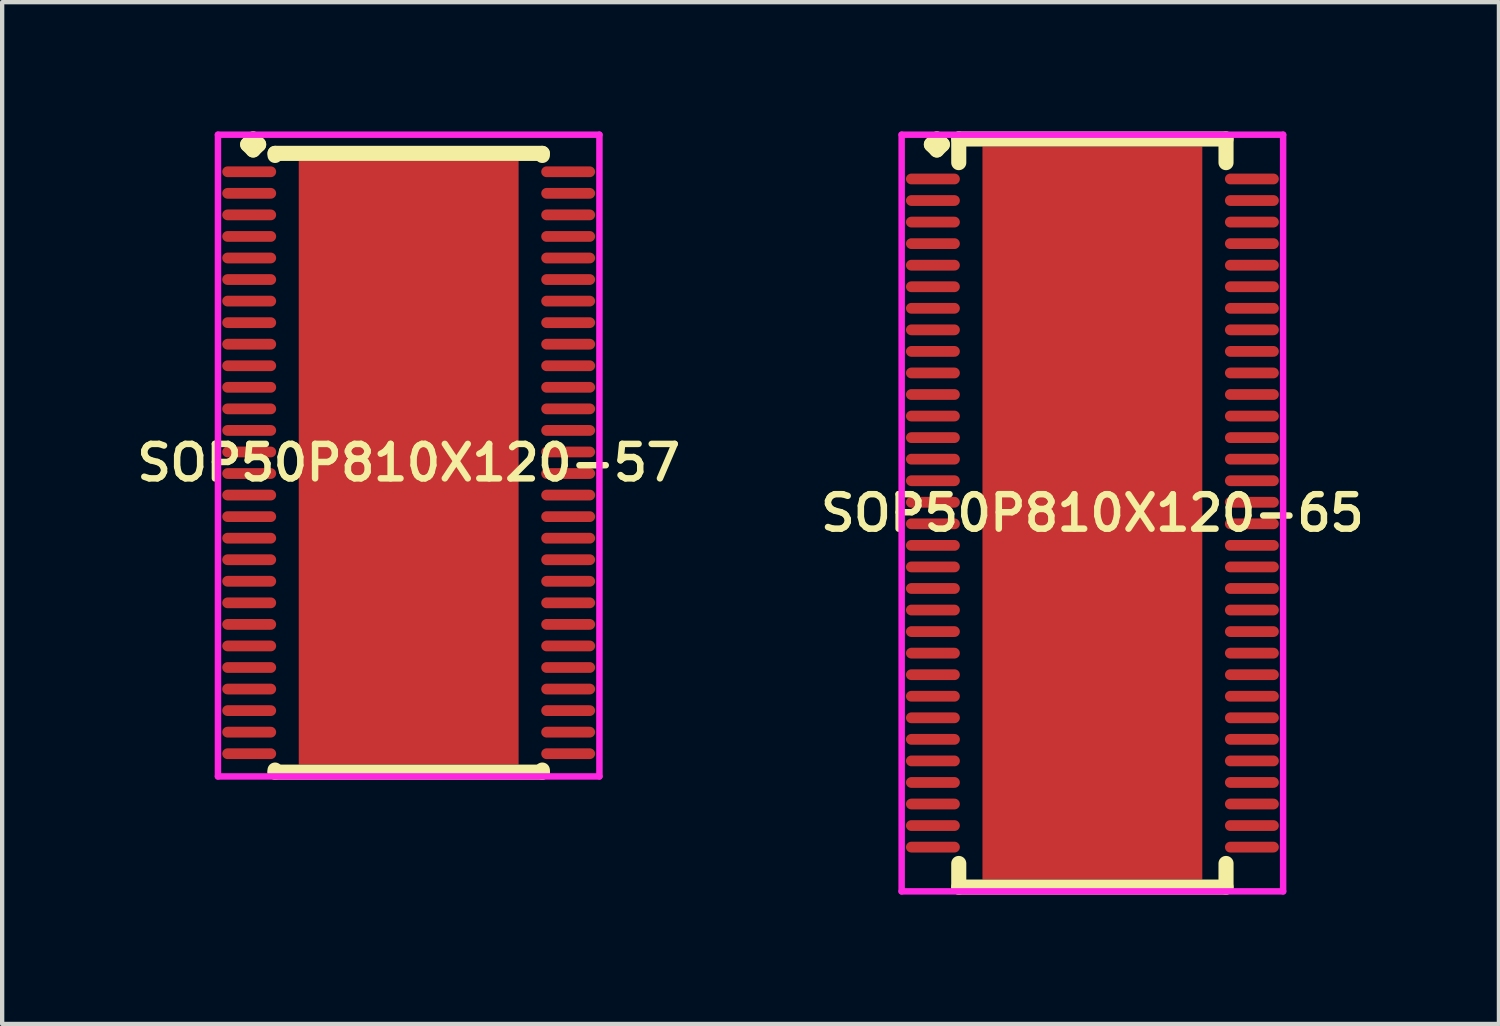
<source format=kicad_pcb>
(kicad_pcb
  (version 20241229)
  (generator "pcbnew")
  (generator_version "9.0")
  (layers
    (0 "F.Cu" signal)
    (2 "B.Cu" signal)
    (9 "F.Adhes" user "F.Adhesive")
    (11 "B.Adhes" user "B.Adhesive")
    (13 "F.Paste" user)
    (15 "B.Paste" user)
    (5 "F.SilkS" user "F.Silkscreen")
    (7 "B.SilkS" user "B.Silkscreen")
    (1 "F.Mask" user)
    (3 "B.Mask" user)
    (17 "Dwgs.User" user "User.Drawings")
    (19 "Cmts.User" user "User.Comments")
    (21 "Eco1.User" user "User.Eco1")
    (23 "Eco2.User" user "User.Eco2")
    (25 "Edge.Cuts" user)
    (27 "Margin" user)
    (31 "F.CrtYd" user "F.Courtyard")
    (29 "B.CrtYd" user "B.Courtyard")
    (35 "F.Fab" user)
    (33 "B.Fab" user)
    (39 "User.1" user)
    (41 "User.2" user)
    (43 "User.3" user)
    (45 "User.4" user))
  (footprint "SOP50P810X120-57"
    (layer "F.Cu")
    (at 6.431 7.685)
    (property "Reference" "SOP50P810X120-57" (at 0 0 0) (layer "F.SilkS") (effects (font (size 0.8 0.8) (thickness 0.15))))
    (attr smd)
    (fp_line (start -3.735 -7.383) (end -3.608 -7.51) (stroke (width 0.35) (type solid)) (layer "F.SilkS"))
    (fp_line (start -3.608 -7.51) (end -3.481 -7.383) (stroke (width 0.35) (type solid)) (layer "F.SilkS"))
    (fp_line (start -3.608 -7.256) (end -3.735 -7.383) (stroke (width 0.35) (type solid)) (layer "F.SilkS"))
    (fp_line (start -3.481 -7.383) (end -3.608 -7.256) (stroke (width 0.35) (type solid)) (layer "F.SilkS"))
    (fp_line (start -3.1 -7.177) (end 3.1 -7.177) (stroke (width 0.35) (type solid)) (layer "F.SilkS"))
    (fp_line (start -3.1 -7.129) (end -3.1 -7.177) (stroke (width 0.35) (type solid)) (layer "F.SilkS"))
    (fp_line (start -3.1 7.129) (end -3.1 7.177) (stroke (width 0.35) (type solid)) (layer "F.SilkS"))
    (fp_line (start -3.1 7.177) (end 3.1 7.177) (stroke (width 0.35) (type solid)) (layer "F.SilkS"))
    (fp_line (start 3.1 -7.177) (end 3.1 -7.129) (stroke (width 0.35) (type solid)) (layer "F.SilkS"))
    (fp_line (start 3.1 7.177) (end 3.1 7.129) (stroke (width 0.35) (type solid)) (layer "F.SilkS"))
    (fp_line (start -4.425 -7.61) (end 4.425 -7.61) (stroke (width 0.15) (type solid)) (layer "F.CrtYd"))
    (fp_line (start -4.425 7.277) (end -4.425 -7.61) (stroke (width 0.15) (type solid)) (layer "F.CrtYd"))
    (fp_line (start 4.425 -7.61) (end 4.425 7.277) (stroke (width 0.15) (type solid)) (layer "F.CrtYd"))
    (fp_line (start 4.425 7.277) (end -4.425 7.277) (stroke (width 0.15) (type solid)) (layer "F.CrtYd"))
    (pad "1" smd oval (at -3.7 -6.75) (size 1.25 0.25) (layers "F.Cu" "F.Mask" "F.Paste"))
    (pad "2" smd oval (at -3.7 -6.25) (size 1.25 0.25) (layers "F.Cu" "F.Mask" "F.Paste"))
    (pad "3" smd oval (at -3.7 -5.75) (size 1.25 0.25) (layers "F.Cu" "F.Mask" "F.Paste"))
    (pad "4" smd oval (at -3.7 -5.25) (size 1.25 0.25) (layers "F.Cu" "F.Mask" "F.Paste"))
    (pad "5" smd oval (at -3.7 -4.75) (size 1.25 0.25) (layers "F.Cu" "F.Mask" "F.Paste"))
    (pad "6" smd oval (at -3.7 -4.25) (size 1.25 0.25) (layers "F.Cu" "F.Mask" "F.Paste"))
    (pad "7" smd oval (at -3.7 -3.75) (size 1.25 0.25) (layers "F.Cu" "F.Mask" "F.Paste"))
    (pad "8" smd oval (at -3.7 -3.25) (size 1.25 0.25) (layers "F.Cu" "F.Mask" "F.Paste"))
    (pad "9" smd oval (at -3.7 -2.75) (size 1.25 0.25) (layers "F.Cu" "F.Mask" "F.Paste"))
    (pad "10" smd oval (at -3.7 -2.25) (size 1.25 0.25) (layers "F.Cu" "F.Mask" "F.Paste"))
    (pad "11" smd oval (at -3.7 -1.75) (size 1.25 0.25) (layers "F.Cu" "F.Mask" "F.Paste"))
    (pad "12" smd oval (at -3.7 -1.25) (size 1.25 0.25) (layers "F.Cu" "F.Mask" "F.Paste"))
    (pad "13" smd oval (at -3.7 -0.75) (size 1.25 0.25) (layers "F.Cu" "F.Mask" "F.Paste"))
    (pad "14" smd oval (at -3.7 -0.25) (size 1.25 0.25) (layers "F.Cu" "F.Mask" "F.Paste"))
    (pad "15" smd oval (at -3.7 0.25) (size 1.25 0.25) (layers "F.Cu" "F.Mask" "F.Paste"))
    (pad "16" smd oval (at -3.7 0.75) (size 1.25 0.25) (layers "F.Cu" "F.Mask" "F.Paste"))
    (pad "17" smd oval (at -3.7 1.25) (size 1.25 0.25) (layers "F.Cu" "F.Mask" "F.Paste"))
    (pad "18" smd oval (at -3.7 1.75) (size 1.25 0.25) (layers "F.Cu" "F.Mask" "F.Paste"))
    (pad "19" smd oval (at -3.7 2.25) (size 1.25 0.25) (layers "F.Cu" "F.Mask" "F.Paste"))
    (pad "20" smd oval (at -3.7 2.75) (size 1.25 0.25) (layers "F.Cu" "F.Mask" "F.Paste"))
    (pad "21" smd oval (at -3.7 3.25) (size 1.25 0.25) (layers "F.Cu" "F.Mask" "F.Paste"))
    (pad "22" smd oval (at -3.7 3.75) (size 1.25 0.25) (layers "F.Cu" "F.Mask" "F.Paste"))
    (pad "23" smd oval (at -3.7 4.25) (size 1.25 0.25) (layers "F.Cu" "F.Mask" "F.Paste"))
    (pad "24" smd oval (at -3.7 4.75) (size 1.25 0.25) (layers "F.Cu" "F.Mask" "F.Paste"))
    (pad "25" smd oval (at -3.7 5.25) (size 1.25 0.25) (layers "F.Cu" "F.Mask" "F.Paste"))
    (pad "26" smd oval (at -3.7 5.75) (size 1.25 0.25) (layers "F.Cu" "F.Mask" "F.Paste"))
    (pad "27" smd oval (at -3.7 6.25) (size 1.25 0.25) (layers "F.Cu" "F.Mask" "F.Paste"))
    (pad "28" smd oval (at -3.7 6.75) (size 1.25 0.25) (layers "F.Cu" "F.Mask" "F.Paste"))
    (pad "29" smd oval (at 3.7 6.75) (size 1.25 0.25) (layers "F.Cu" "F.Mask" "F.Paste"))
    (pad "30" smd oval (at 3.7 6.25) (size 1.25 0.25) (layers "F.Cu" "F.Mask" "F.Paste"))
    (pad "31" smd oval (at 3.7 5.75) (size 1.25 0.25) (layers "F.Cu" "F.Mask" "F.Paste"))
    (pad "32" smd oval (at 3.7 5.25) (size 1.25 0.25) (layers "F.Cu" "F.Mask" "F.Paste"))
    (pad "33" smd oval (at 3.7 4.75) (size 1.25 0.25) (layers "F.Cu" "F.Mask" "F.Paste"))
    (pad "34" smd oval (at 3.7 4.25) (size 1.25 0.25) (layers "F.Cu" "F.Mask" "F.Paste"))
    (pad "35" smd oval (at 3.7 3.75) (size 1.25 0.25) (layers "F.Cu" "F.Mask" "F.Paste"))
    (pad "36" smd oval (at 3.7 3.25) (size 1.25 0.25) (layers "F.Cu" "F.Mask" "F.Paste"))
    (pad "37" smd oval (at 3.7 2.75) (size 1.25 0.25) (layers "F.Cu" "F.Mask" "F.Paste"))
    (pad "38" smd oval (at 3.7 2.25) (size 1.25 0.25) (layers "F.Cu" "F.Mask" "F.Paste"))
    (pad "39" smd oval (at 3.7 1.75) (size 1.25 0.25) (layers "F.Cu" "F.Mask" "F.Paste"))
    (pad "40" smd oval (at 3.7 1.25) (size 1.25 0.25) (layers "F.Cu" "F.Mask" "F.Paste"))
    (pad "41" smd oval (at 3.7 0.75) (size 1.25 0.25) (layers "F.Cu" "F.Mask" "F.Paste"))
    (pad "42" smd oval (at 3.7 0.25) (size 1.25 0.25) (layers "F.Cu" "F.Mask" "F.Paste"))
    (pad "43" smd oval (at 3.7 -0.25) (size 1.25 0.25) (layers "F.Cu" "F.Mask" "F.Paste"))
    (pad "44" smd oval (at 3.7 -0.75) (size 1.25 0.25) (layers "F.Cu" "F.Mask" "F.Paste"))
    (pad "45" smd oval (at 3.7 -1.25) (size 1.25 0.25) (layers "F.Cu" "F.Mask" "F.Paste"))
    (pad "46" smd oval (at 3.7 -1.75) (size 1.25 0.25) (layers "F.Cu" "F.Mask" "F.Paste"))
    (pad "47" smd oval (at 3.7 -2.25) (size 1.25 0.25) (layers "F.Cu" "F.Mask" "F.Paste"))
    (pad "48" smd oval (at 3.7 -2.75) (size 1.25 0.25) (layers "F.Cu" "F.Mask" "F.Paste"))
    (pad "49" smd oval (at 3.7 -3.25) (size 1.25 0.25) (layers "F.Cu" "F.Mask" "F.Paste"))
    (pad "50" smd oval (at 3.7 -3.75) (size 1.25 0.25) (layers "F.Cu" "F.Mask" "F.Paste"))
    (pad "51" smd oval (at 3.7 -4.25) (size 1.25 0.25) (layers "F.Cu" "F.Mask" "F.Paste"))
    (pad "52" smd oval (at 3.7 -4.75) (size 1.25 0.25) (layers "F.Cu" "F.Mask" "F.Paste"))
    (pad "53" smd oval (at 3.7 -5.25) (size 1.25 0.25) (layers "F.Cu" "F.Mask" "F.Paste"))
    (pad "54" smd oval (at 3.7 -5.75) (size 1.25 0.25) (layers "F.Cu" "F.Mask" "F.Paste"))
    (pad "55" smd oval (at 3.7 -6.25) (size 1.25 0.25) (layers "F.Cu" "F.Mask" "F.Paste"))
    (pad "56" smd oval (at 3.7 -6.75) (size 1.25 0.25) (layers "F.Cu" "F.Mask" "F.Paste"))
    (pad "57" smd rect (at 0 0) (size 5.1 14) (layers "F.Cu" "F.Mask" "F.Paste")))
  (footprint "SOP50P810X120-65"
    (layer "F.Cu")
    (at 22.292 8.852)
    (property "Reference" "SOP50P810X120-65" (at 0 0 0) (layer "F.SilkS") (effects (font (size 0.8 0.8) (thickness 0.15))))
    (attr through_hole)
    (fp_line (start -3.735 -8.55) (end -3.608 -8.677) (stroke (width 0.35) (type solid)) (layer "F.SilkS"))
    (fp_line (start -3.608 -8.677) (end -3.481 -8.55) (stroke (width 0.35) (type solid)) (layer "F.SilkS"))
    (fp_line (start -3.608 -8.423) (end -3.735 -8.55) (stroke (width 0.35) (type solid)) (layer "F.SilkS"))
    (fp_line (start -3.481 -8.55) (end -3.608 -8.423) (stroke (width 0.35) (type solid)) (layer "F.SilkS"))
    (fp_line (start -3.1 -8.677) (end 3.1 -8.677) (stroke (width 0.35) (type solid)) (layer "F.SilkS"))
    (fp_line (start -3.1 -8.129) (end -3.1 -8.677) (stroke (width 0.35) (type solid)) (layer "F.SilkS"))
    (fp_line (start -3.1 8.129) (end -3.1 8.677) (stroke (width 0.35) (type solid)) (layer "F.SilkS"))
    (fp_line (start -3.1 8.677) (end 3.1 8.677) (stroke (width 0.35) (type solid)) (layer "F.SilkS"))
    (fp_line (start 3.1 -8.677) (end 3.1 -8.129) (stroke (width 0.35) (type solid)) (layer "F.SilkS"))
    (fp_line (start 3.1 8.677) (end 3.1 8.129) (stroke (width 0.35) (type solid)) (layer "F.SilkS"))
    (fp_line (start -4.425 -8.777) (end 4.425 -8.777) (stroke (width 0.15) (type solid)) (layer "F.CrtYd"))
    (fp_line (start -4.425 8.777) (end -4.425 -8.777) (stroke (width 0.15) (type solid)) (layer "F.CrtYd"))
    (fp_line (start 4.425 -8.777) (end 4.425 8.777) (stroke (width 0.15) (type solid)) (layer "F.CrtYd"))
    (fp_line (start 4.425 8.777) (end -4.425 8.777) (stroke (width 0.15) (type solid)) (layer "F.CrtYd"))
    (pad "1" smd oval (at -3.7 -7.75) (size 1.25 0.25) (layers "F.Cu" "F.Mask" "F.Paste"))
    (pad "2" smd oval (at -3.7 -7.25) (size 1.25 0.25) (layers "F.Cu" "F.Mask" "F.Paste"))
    (pad "3" smd oval (at -3.7 -6.75) (size 1.25 0.25) (layers "F.Cu" "F.Mask" "F.Paste"))
    (pad "4" smd oval (at -3.7 -6.25) (size 1.25 0.25) (layers "F.Cu" "F.Mask" "F.Paste"))
    (pad "5" smd oval (at -3.7 -5.75) (size 1.25 0.25) (layers "F.Cu" "F.Mask" "F.Paste"))
    (pad "6" smd oval (at -3.7 -5.25) (size 1.25 0.25) (layers "F.Cu" "F.Mask" "F.Paste"))
    (pad "7" smd oval (at -3.7 -4.75) (size 1.25 0.25) (layers "F.Cu" "F.Mask" "F.Paste"))
    (pad "8" smd oval (at -3.7 -4.25) (size 1.25 0.25) (layers "F.Cu" "F.Mask" "F.Paste"))
    (pad "9" smd oval (at -3.7 -3.75) (size 1.25 0.25) (layers "F.Cu" "F.Mask" "F.Paste"))
    (pad "10" smd oval (at -3.7 -3.25) (size 1.25 0.25) (layers "F.Cu" "F.Mask" "F.Paste"))
    (pad "11" smd oval (at -3.7 -2.75) (size 1.25 0.25) (layers "F.Cu" "F.Mask" "F.Paste"))
    (pad "12" smd oval (at -3.7 -2.25) (size 1.25 0.25) (layers "F.Cu" "F.Mask" "F.Paste"))
    (pad "13" smd oval (at -3.7 -1.75) (size 1.25 0.25) (layers "F.Cu" "F.Mask" "F.Paste"))
    (pad "14" smd oval (at -3.7 -1.25) (size 1.25 0.25) (layers "F.Cu" "F.Mask" "F.Paste"))
    (pad "15" smd oval (at -3.7 -0.75) (size 1.25 0.25) (layers "F.Cu" "F.Mask" "F.Paste"))
    (pad "16" smd oval (at -3.7 -0.25) (size 1.25 0.25) (layers "F.Cu" "F.Mask" "F.Paste"))
    (pad "17" smd oval (at -3.7 0.25) (size 1.25 0.25) (layers "F.Cu" "F.Mask" "F.Paste"))
    (pad "18" smd oval (at -3.7 0.75) (size 1.25 0.25) (layers "F.Cu" "F.Mask" "F.Paste"))
    (pad "19" smd oval (at -3.7 1.25) (size 1.25 0.25) (layers "F.Cu" "F.Mask" "F.Paste"))
    (pad "20" smd oval (at -3.7 1.75) (size 1.25 0.25) (layers "F.Cu" "F.Mask" "F.Paste"))
    (pad "21" smd oval (at -3.7 2.25) (size 1.25 0.25) (layers "F.Cu" "F.Mask" "F.Paste"))
    (pad "22" smd oval (at -3.7 2.75) (size 1.25 0.25) (layers "F.Cu" "F.Mask" "F.Paste"))
    (pad "23" smd oval (at -3.7 3.25) (size 1.25 0.25) (layers "F.Cu" "F.Mask" "F.Paste"))
    (pad "24" smd oval (at -3.7 3.75) (size 1.25 0.25) (layers "F.Cu" "F.Mask" "F.Paste"))
    (pad "25" smd oval (at -3.7 4.25) (size 1.25 0.25) (layers "F.Cu" "F.Mask" "F.Paste"))
    (pad "26" smd oval (at -3.7 4.75) (size 1.25 0.25) (layers "F.Cu" "F.Mask" "F.Paste"))
    (pad "27" smd oval (at -3.7 5.25) (size 1.25 0.25) (layers "F.Cu" "F.Mask" "F.Paste"))
    (pad "28" smd oval (at -3.7 5.75) (size 1.25 0.25) (layers "F.Cu" "F.Mask" "F.Paste"))
    (pad "29" smd oval (at -3.7 6.25) (size 1.25 0.25) (layers "F.Cu" "F.Mask" "F.Paste"))
    (pad "30" smd oval (at -3.7 6.75) (size 1.25 0.25) (layers "F.Cu" "F.Mask" "F.Paste"))
    (pad "31" smd oval (at -3.7 7.25) (size 1.25 0.25) (layers "F.Cu" "F.Mask" "F.Paste"))
    (pad "32" smd oval (at -3.7 7.75) (size 1.25 0.25) (layers "F.Cu" "F.Mask" "F.Paste"))
    (pad "33" smd oval (at 3.7 7.75) (size 1.25 0.25) (layers "F.Cu" "F.Mask" "F.Paste"))
    (pad "34" smd oval (at 3.7 7.25) (size 1.25 0.25) (layers "F.Cu" "F.Mask" "F.Paste"))
    (pad "35" smd oval (at 3.7 6.75) (size 1.25 0.25) (layers "F.Cu" "F.Mask" "F.Paste"))
    (pad "36" smd oval (at 3.7 6.25) (size 1.25 0.25) (layers "F.Cu" "F.Mask" "F.Paste"))
    (pad "37" smd oval (at 3.7 5.75) (size 1.25 0.25) (layers "F.Cu" "F.Mask" "F.Paste"))
    (pad "38" smd oval (at 3.7 5.25) (size 1.25 0.25) (layers "F.Cu" "F.Mask" "F.Paste"))
    (pad "39" smd oval (at 3.7 4.75) (size 1.25 0.25) (layers "F.Cu" "F.Mask" "F.Paste"))
    (pad "40" smd oval (at 3.7 4.25) (size 1.25 0.25) (layers "F.Cu" "F.Mask" "F.Paste"))
    (pad "41" smd oval (at 3.7 3.75) (size 1.25 0.25) (layers "F.Cu" "F.Mask" "F.Paste"))
    (pad "42" smd oval (at 3.7 3.25) (size 1.25 0.25) (layers "F.Cu" "F.Mask" "F.Paste"))
    (pad "43" smd oval (at 3.7 2.75) (size 1.25 0.25) (layers "F.Cu" "F.Mask" "F.Paste"))
    (pad "44" smd oval (at 3.7 2.25) (size 1.25 0.25) (layers "F.Cu" "F.Mask" "F.Paste"))
    (pad "45" smd oval (at 3.7 1.75) (size 1.25 0.25) (layers "F.Cu" "F.Mask" "F.Paste"))
    (pad "46" smd oval (at 3.7 1.25) (size 1.25 0.25) (layers "F.Cu" "F.Mask" "F.Paste"))
    (pad "47" smd oval (at 3.7 0.75) (size 1.25 0.25) (layers "F.Cu" "F.Mask" "F.Paste"))
    (pad "48" smd oval (at 3.7 0.25) (size 1.25 0.25) (layers "F.Cu" "F.Mask" "F.Paste"))
    (pad "49" smd oval (at 3.7 -0.25) (size 1.25 0.25) (layers "F.Cu" "F.Mask" "F.Paste"))
    (pad "50" smd oval (at 3.7 -0.75) (size 1.25 0.25) (layers "F.Cu" "F.Mask" "F.Paste"))
    (pad "51" smd oval (at 3.7 -1.25) (size 1.25 0.25) (layers "F.Cu" "F.Mask" "F.Paste"))
    (pad "52" smd oval (at 3.7 -1.75) (size 1.25 0.25) (layers "F.Cu" "F.Mask" "F.Paste"))
    (pad "53" smd oval (at 3.7 -2.25) (size 1.25 0.25) (layers "F.Cu" "F.Mask" "F.Paste"))
    (pad "54" smd oval (at 3.7 -2.75) (size 1.25 0.25) (layers "F.Cu" "F.Mask" "F.Paste"))
    (pad "55" smd oval (at 3.7 -3.25) (size 1.25 0.25) (layers "F.Cu" "F.Mask" "F.Paste"))
    (pad "56" smd oval (at 3.7 -3.75) (size 1.25 0.25) (layers "F.Cu" "F.Mask" "F.Paste"))
    (pad "57" smd oval (at 3.7 -4.25) (size 1.25 0.25) (layers "F.Cu" "F.Mask" "F.Paste"))
    (pad "58" smd oval (at 3.7 -4.75) (size 1.25 0.25) (layers "F.Cu" "F.Mask" "F.Paste"))
    (pad "59" smd oval (at 3.7 -5.25) (size 1.25 0.25) (layers "F.Cu" "F.Mask" "F.Paste"))
    (pad "60" smd oval (at 3.7 -5.75) (size 1.25 0.25) (layers "F.Cu" "F.Mask" "F.Paste"))
    (pad "61" smd oval (at 3.7 -6.25) (size 1.25 0.25) (layers "F.Cu" "F.Mask" "F.Paste"))
    (pad "62" smd oval (at 3.7 -6.75) (size 1.25 0.25) (layers "F.Cu" "F.Mask" "F.Paste"))
    (pad "63" smd oval (at 3.7 -7.25) (size 1.25 0.25) (layers "F.Cu" "F.Mask" "F.Paste"))
    (pad "64" smd oval (at 3.7 -7.75) (size 1.25 0.25) (layers "F.Cu" "F.Mask" "F.Paste"))
    (pad "65" smd rect (at 0 0) (size 5.1 17) (layers "F.Cu" "F.Mask" "F.Paste")))
  (gr_rect
    (start -3 -3)
    (end 31.723 20.704)
    (stroke (width 0.1) (type default))
    (fill no)
    (layer "Edge.Cuts")))
</source>
